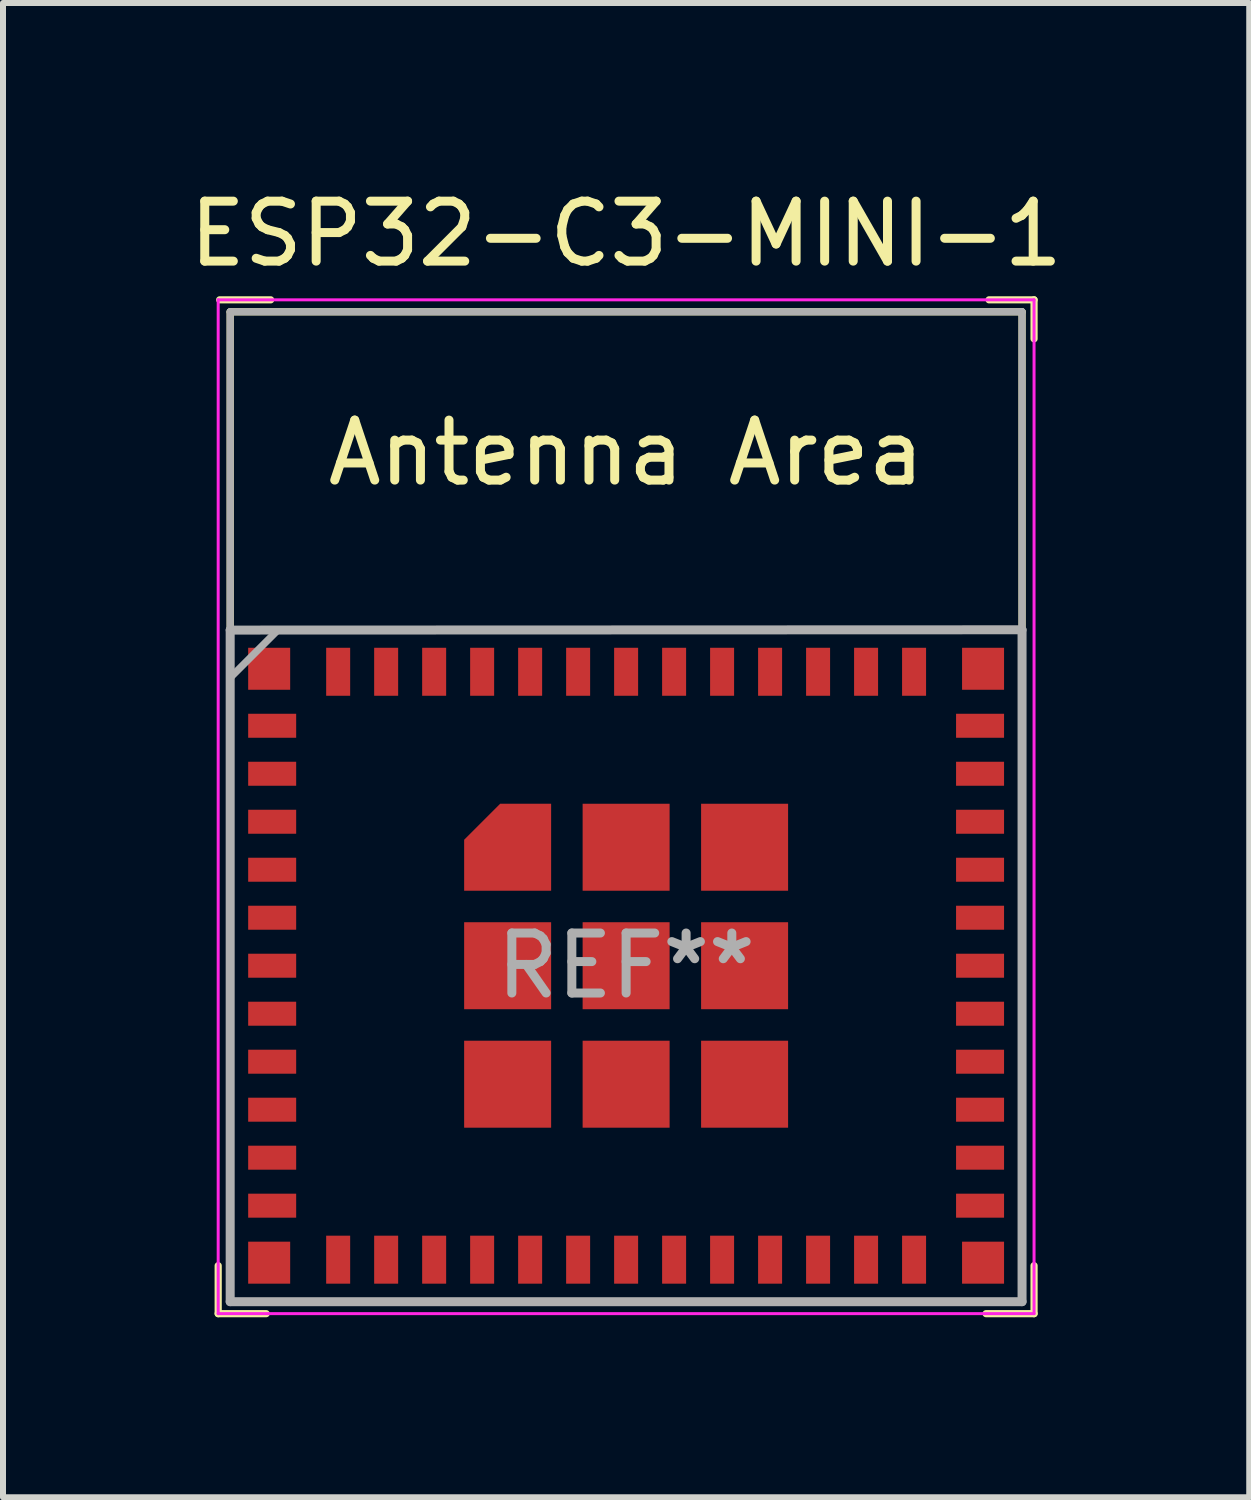
<source format=kicad_pcb>
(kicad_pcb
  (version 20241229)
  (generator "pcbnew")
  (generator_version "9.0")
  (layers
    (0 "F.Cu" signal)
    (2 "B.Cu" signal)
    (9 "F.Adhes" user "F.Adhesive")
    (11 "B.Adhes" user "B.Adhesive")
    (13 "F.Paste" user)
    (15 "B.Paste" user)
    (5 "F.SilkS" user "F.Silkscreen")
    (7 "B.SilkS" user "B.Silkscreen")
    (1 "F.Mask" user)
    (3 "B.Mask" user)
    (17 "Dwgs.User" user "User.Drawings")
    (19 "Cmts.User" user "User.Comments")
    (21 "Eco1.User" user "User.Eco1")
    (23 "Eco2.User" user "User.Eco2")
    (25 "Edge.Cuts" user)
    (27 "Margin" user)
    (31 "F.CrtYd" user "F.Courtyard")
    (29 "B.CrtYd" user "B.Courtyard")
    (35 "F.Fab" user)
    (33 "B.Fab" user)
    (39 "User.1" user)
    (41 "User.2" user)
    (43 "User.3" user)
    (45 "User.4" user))
  (footprint "ESP32-C3-MINI-1"
    (layer "F.Cu")
    (at 7.387 13.048)
    (property "Reference" "ESP32-C3-MINI-1" (at 0 -12.2 0) (layer "F.SilkS") (effects (font (size 1 1) (thickness 0.15))))
    (attr smd)
    (fp_line (start -6.8 5) (end -6.8 5.8) (stroke (width 0.12) (type solid)) (layer "F.SilkS"))
    (fp_line (start -6.8 5.8) (end -6 5.8) (stroke (width 0.12) (type solid)) (layer "F.SilkS"))
    (fp_line (start -6.6 -10.9) (end 6.6 -10.9) (stroke (width 0.12) (type solid)) (layer "F.SilkS"))
    (fp_line (start -6.6 -5.6) (end 6.6 -5.6) (stroke (width 0.12) (type solid)) (layer "F.SilkS"))
    (fp_line (start -6.6 5.6) (end -6.6 -10.9) (stroke (width 0.12) (type solid)) (layer "F.SilkS"))
    (fp_line (start -5.925 -11.1) (end -6.775 -11.1) (stroke (width 0.12) (type solid)) (layer "F.SilkS"))
    (fp_line (start 6.05 -11.1) (end 6.8 -11.1) (stroke (width 0.12) (type solid)) (layer "F.SilkS"))
    (fp_line (start 6.6 -10.9) (end 6.6 5.6) (stroke (width 0.12) (type solid)) (layer "F.SilkS"))
    (fp_line (start 6.6 5.6) (end -6.6 5.6) (stroke (width 0.12) (type solid)) (layer "F.SilkS"))
    (fp_line (start 6.8 -11.1) (end 6.8 -10.45) (stroke (width 0.12) (type solid)) (layer "F.SilkS"))
    (fp_line (start 6.8 5) (end 6.8 5.8) (stroke (width 0.12) (type solid)) (layer "F.SilkS"))
    (fp_line (start 6.8 5.8) (end 6 5.8) (stroke (width 0.12) (type solid)) (layer "F.SilkS"))
    (fp_line (start -6.8 -11.1) (end 6.8 -11.1) (stroke (width 0.05) (type solid)) (layer "F.CrtYd"))
    (fp_line (start -6.8 5.8) (end -6.8 -11.1) (stroke (width 0.05) (type solid)) (layer "F.CrtYd"))
    (fp_line (start 6.8 -11.1) (end 6.8 5.8) (stroke (width 0.05) (type solid)) (layer "F.CrtYd"))
    (fp_line (start 6.8 5.8) (end -6.8 5.8) (stroke (width 0.05) (type solid)) (layer "F.CrtYd"))
    (fp_line (start -6.6 -5.595) (end -6.6 5.6) (stroke (width 0.15) (type solid)) (layer "F.Fab"))
    (fp_line (start -6.6 -5.5) (end -6.6 -10.9) (stroke (width 0.12) (type solid)) (layer "F.Fab"))
    (fp_line (start -6.6 5.6) (end 6.6 5.6) (stroke (width 0.15) (type solid)) (layer "F.Fab"))
    (fp_line (start -5.8 -5.6) (end -6.6 -4.8) (stroke (width 0.12) (type solid)) (layer "F.Fab"))
    (fp_line (start 6.6 -10.9) (end -6.6 -10.9) (stroke (width 0.12) (type solid)) (layer "F.Fab"))
    (fp_line (start 6.6 -5.6) (end -6.6 -5.595) (stroke (width 0.15) (type solid)) (layer "F.Fab"))
    (fp_line (start 6.6 -5.5) (end 6.6 -10.9) (stroke (width 0.12) (type solid)) (layer "F.Fab"))
    (fp_line (start 6.6 5.6) (end 6.6 -5.595) (stroke (width 0.15) (type solid)) (layer "F.Fab"))
    (fp_text user "Antenna Area" (at 0 -8.55 0) (layer "F.SilkS") (effects (font (size 1 1) (thickness 0.15))))
    (fp_text user "REF**" (at 0 0 0) (layer "F.Fab") (effects (font (size 1 1) (thickness 0.15))))
    (pad "1" smd rect (at -5.9 -4 90) (size 0.4 0.8) (layers "F.Cu" "F.Mask" "F.Paste"))
    (pad "2" smd rect (at -5.9 -3.2 90) (size 0.4 0.8) (layers "F.Cu" "F.Mask" "F.Paste"))
    (pad "3" smd rect (at -5.9 -2.4 90) (size 0.4 0.8) (layers "F.Cu" "F.Mask" "F.Paste"))
    (pad "4" smd rect (at -5.9 -1.6 90) (size 0.4 0.8) (layers "F.Cu" "F.Mask" "F.Paste"))
    (pad "5" smd rect (at -5.9 -0.8 90) (size 0.4 0.8) (layers "F.Cu" "F.Mask" "F.Paste"))
    (pad "6" smd rect (at -5.9 0 90) (size 0.4 0.8) (layers "F.Cu" "F.Mask" "F.Paste"))
    (pad "7" smd rect (at -5.9 0.8 90) (size 0.4 0.8) (layers "F.Cu" "F.Mask" "F.Paste"))
    (pad "8" smd rect (at -5.9 1.6 90) (size 0.4 0.8) (layers "F.Cu" "F.Mask" "F.Paste"))
    (pad "9" smd rect (at -5.9 2.4 90) (size 0.4 0.8) (layers "F.Cu" "F.Mask" "F.Paste"))
    (pad "10" smd rect (at -5.9 3.2 90) (size 0.4 0.8) (layers "F.Cu" "F.Mask" "F.Paste"))
    (pad "11" smd rect (at -5.9 4 90) (size 0.4 0.8) (layers "F.Cu" "F.Mask" "F.Paste"))
    (pad "12" smd rect (at -4.8 4.9) (size 0.4 0.8) (layers "F.Cu" "F.Mask" "F.Paste"))
    (pad "13" smd rect (at -4 4.9) (size 0.4 0.8) (layers "F.Cu" "F.Mask" "F.Paste"))
    (pad "14" smd rect (at -3.2 4.9) (size 0.4 0.8) (layers "F.Cu" "F.Mask" "F.Paste"))
    (pad "15" smd rect (at -2.4 4.9) (size 0.4 0.8) (layers "F.Cu" "F.Mask" "F.Paste"))
    (pad "16" smd rect (at -1.6 4.9) (size 0.4 0.8) (layers "F.Cu" "F.Mask" "F.Paste"))
    (pad "17" smd rect (at -0.8 4.9) (size 0.4 0.8) (layers "F.Cu" "F.Mask" "F.Paste"))
    (pad "18" smd rect (at 0 4.9) (size 0.4 0.8) (layers "F.Cu" "F.Mask" "F.Paste"))
    (pad "19" smd rect (at 0.8 4.9) (size 0.4 0.8) (layers "F.Cu" "F.Mask" "F.Paste"))
    (pad "20" smd rect (at 1.6 4.9) (size 0.4 0.8) (layers "F.Cu" "F.Mask" "F.Paste"))
    (pad "21" smd rect (at 2.4 4.9) (size 0.4 0.8) (layers "F.Cu" "F.Mask" "F.Paste"))
    (pad "22" smd rect (at 3.2 4.9) (size 0.4 0.8) (layers "F.Cu" "F.Mask" "F.Paste"))
    (pad "23" smd rect (at 4 4.9) (size 0.4 0.8) (layers "F.Cu" "F.Mask" "F.Paste"))
    (pad "24" smd rect (at 4.8 4.9) (size 0.4 0.8) (layers "F.Cu" "F.Mask" "F.Paste"))
    (pad "25" smd rect (at 5.9 4 90) (size 0.4 0.8) (layers "F.Cu" "F.Mask" "F.Paste"))
    (pad "26" smd rect (at 5.9 3.2 90) (size 0.4 0.8) (layers "F.Cu" "F.Mask" "F.Paste"))
    (pad "27" smd rect (at 5.9 2.4 90) (size 0.4 0.8) (layers "F.Cu" "F.Mask" "F.Paste"))
    (pad "28" smd rect (at 5.9 1.6 90) (size 0.4 0.8) (layers "F.Cu" "F.Mask" "F.Paste"))
    (pad "29" smd rect (at 5.9 0.8 90) (size 0.4 0.8) (layers "F.Cu" "F.Mask" "F.Paste"))
    (pad "30" smd rect (at 5.9 0 90) (size 0.4 0.8) (layers "F.Cu" "F.Mask" "F.Paste"))
    (pad "31" smd rect (at 5.9 -0.8 90) (size 0.4 0.8) (layers "F.Cu" "F.Mask" "F.Paste"))
    (pad "32" smd rect (at 5.9 -1.6 90) (size 0.4 0.8) (layers "F.Cu" "F.Mask" "F.Paste"))
    (pad "33" smd rect (at 5.9 -2.4 90) (size 0.4 0.8) (layers "F.Cu" "F.Mask" "F.Paste"))
    (pad "34" smd rect (at 5.9 -3.2 90) (size 0.4 0.8) (layers "F.Cu" "F.Mask" "F.Paste"))
    (pad "35" smd rect (at 5.9 -4 90) (size 0.4 0.8) (layers "F.Cu" "F.Mask" "F.Paste"))
    (pad "36" smd rect (at -5.95 -4.95 90) (size 0.7 0.7) (layers "F.Cu" "F.Mask" "F.Paste"))
    (pad "36" smd rect (at -5.95 4.95 90) (size 0.7 0.7) (layers "F.Cu" "F.Mask" "F.Paste"))
    (pad "36" smd rect (at -4.8 -4.9) (size 0.4 0.8) (layers "F.Cu" "F.Mask" "F.Paste"))
    (pad "36" smd rect (at -4 -4.9) (size 0.4 0.8) (layers "F.Cu" "F.Mask" "F.Paste"))
    (pad "36" smd rect (at -3.2 -4.9) (size 0.4 0.8) (layers "F.Cu" "F.Mask" "F.Paste"))
    (pad "36" smd rect (at -2.4 -4.9) (size 0.4 0.8) (layers "F.Cu" "F.Mask" "F.Paste"))
    (pad "36" smd custom (at -1.975 -1.975) (size 0.8 0.8) (layers "F.Cu" "F.Mask" "F.Paste") (options (anchor rect)) (primitives (gr_poly (pts (xy 0.725 0.725) (xy -0.725 0.725) (xy -0.725 -0.125) (xy -0.125 -0.725) (xy 0.725 -0.725)) (width 0) (fill yes))))
    (pad "36" smd rect (at -1.975 0 90) (size 1.45 1.45) (layers "F.Cu" "F.Mask" "F.Paste"))
    (pad "36" smd rect (at -1.975 1.975 90) (size 1.45 1.45) (layers "F.Cu" "F.Mask" "F.Paste"))
    (pad "36" smd rect (at -1.6 -4.9) (size 0.4 0.8) (layers "F.Cu" "F.Mask" "F.Paste"))
    (pad "36" smd rect (at -0.8 -4.9) (size 0.4 0.8) (layers "F.Cu" "F.Mask" "F.Paste"))
    (pad "36" smd rect (at 0 -4.9) (size 0.4 0.8) (layers "F.Cu" "F.Mask" "F.Paste"))
    (pad "36" smd rect (at 0 -1.975 90) (size 1.45 1.45) (layers "F.Cu" "F.Mask" "F.Paste"))
    (pad "36" smd rect (at 0 0 90) (size 1.45 1.45) (layers "F.Cu" "F.Mask" "F.Paste"))
    (pad "36" smd rect (at 0 1.975 90) (size 1.45 1.45) (layers "F.Cu" "F.Mask" "F.Paste"))
    (pad "36" smd rect (at 0.8 -4.9) (size 0.4 0.8) (layers "F.Cu" "F.Mask" "F.Paste"))
    (pad "36" smd rect (at 1.6 -4.9) (size 0.4 0.8) (layers "F.Cu" "F.Mask" "F.Paste"))
    (pad "36" smd rect (at 1.975 -1.975 90) (size 1.45 1.45) (layers "F.Cu" "F.Mask" "F.Paste"))
    (pad "36" smd rect (at 1.975 0 90) (size 1.45 1.45) (layers "F.Cu" "F.Mask" "F.Paste"))
    (pad "36" smd rect (at 1.975 1.975 90) (size 1.45 1.45) (layers "F.Cu" "F.Mask" "F.Paste"))
    (pad "36" smd rect (at 2.4 -4.9) (size 0.4 0.8) (layers "F.Cu" "F.Mask" "F.Paste"))
    (pad "36" smd rect (at 3.2 -4.9) (size 0.4 0.8) (layers "F.Cu" "F.Mask" "F.Paste"))
    (pad "36" smd rect (at 4 -4.9) (size 0.4 0.8) (layers "F.Cu" "F.Mask" "F.Paste"))
    (pad "36" smd rect (at 4.8 -4.9) (size 0.4 0.8) (layers "F.Cu" "F.Mask" "F.Paste"))
    (pad "36" smd rect (at 5.95 -4.95 90) (size 0.7 0.7) (layers "F.Cu" "F.Mask" "F.Paste"))
    (pad "36" smd rect (at 5.95 4.95 90) (size 0.7 0.7) (layers "F.Cu" "F.Mask" "F.Paste")))
  (gr_rect
    (start -3 -3)
    (end 17.774 21.908)
    (stroke (width 0.1) (type default))
    (fill no)
    (layer "Edge.Cuts")))
</source>
